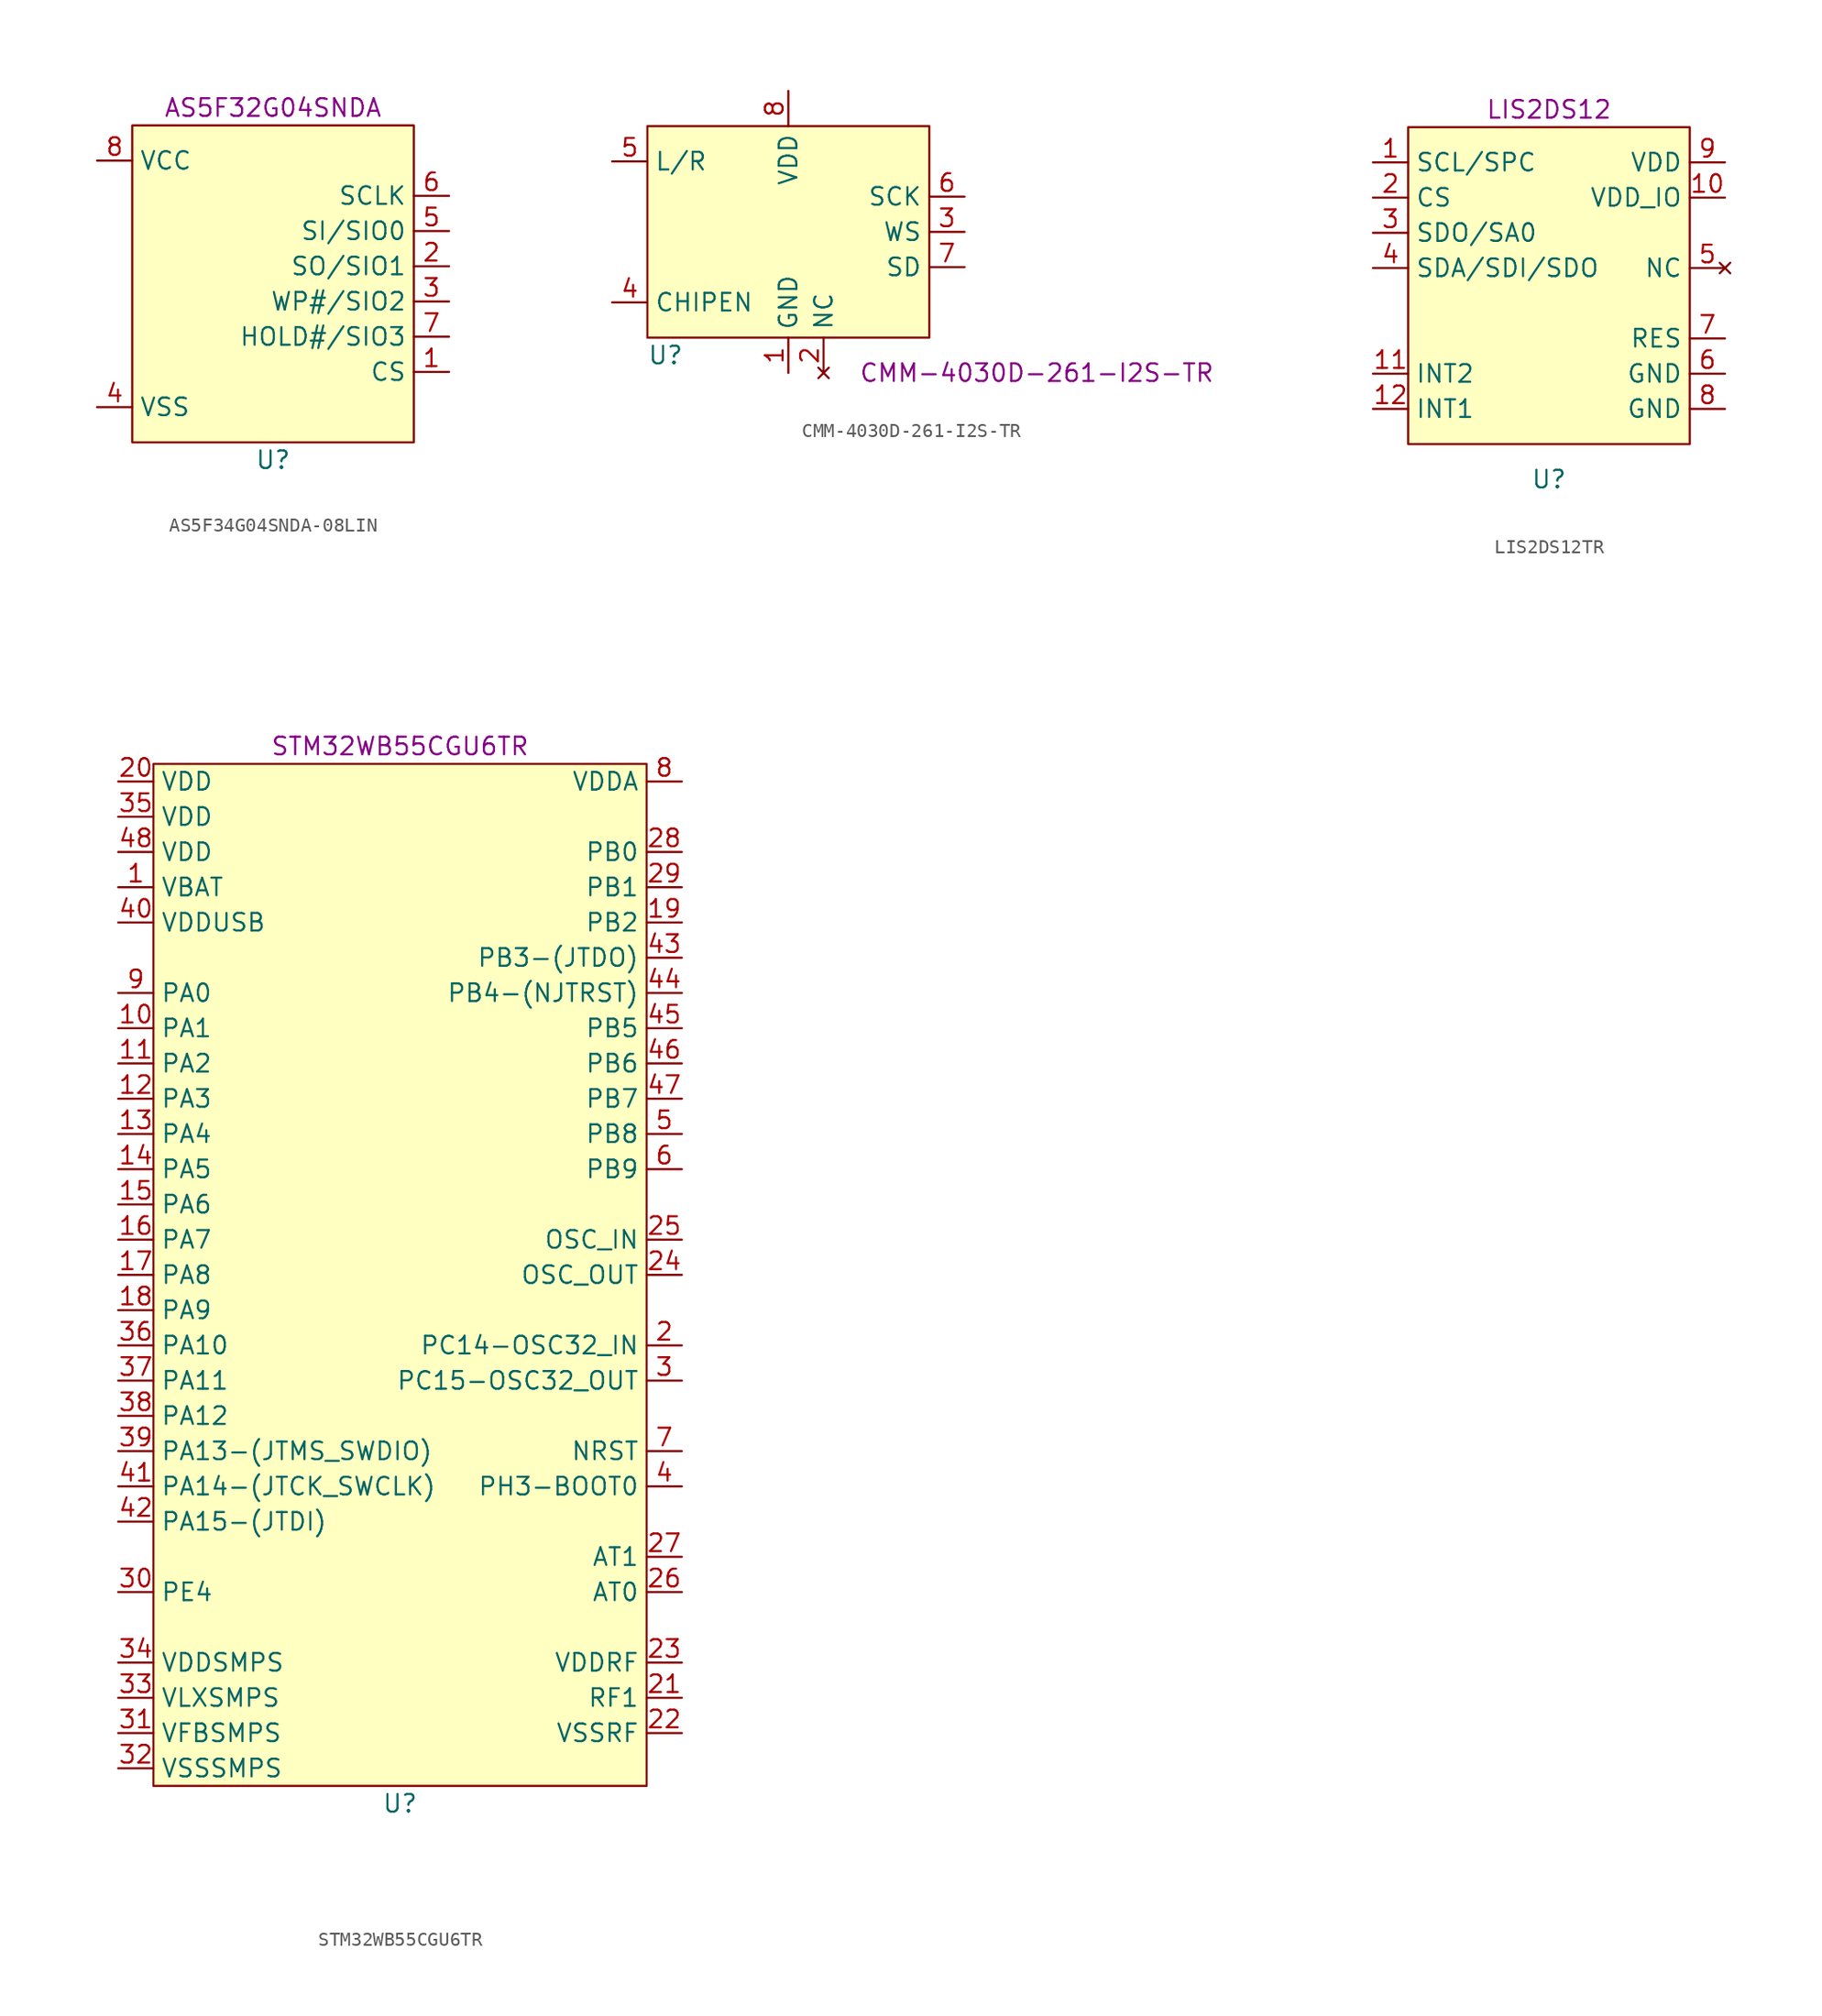
<source format=kicad_sym>
(kicad_symbol_lib
  (version 20220914)
  (generator kicad_symbol_editor)
  (symbol "AS5F34G04SNDA-08LIN"
    (property "Reference" "U"
      (at 0 -13.97 0)
      (effects (font (size 1.27 1.27))))
    (property "Name" "AS5F32G04SNDA"
      (at 0 11.43 0)
      (effects (font (size 1.27 1.27))))
    (symbol "AS5F34G04SNDA-08LIN_0_1"
      (rectangle (start -10.16 10.16) (end 10.16 -12.7) (stroke (width 0) (type default)) (fill (type background))))
    (symbol "AS5F34G04SNDA-08LIN_1_1"
      (pin input line (at 12.7 -7.62 180) (length 2.54) (name "CS" (effects (font (size 1.27 1.27)))) (number "1" (effects (font (size 1.27 1.27)))))
      (pin bidirectional line (at 12.7 0 180) (length 2.54) (name "SO/SIO1" (effects (font (size 1.27 1.27)))) (number "2" (effects (font (size 1.27 1.27)))))
      (pin bidirectional line (at 12.7 -2.54 180) (length 2.54) (name "WP#/SIO2" (effects (font (size 1.27 1.27)))) (number "3" (effects (font (size 1.27 1.27)))))
      (pin power_in line (at -12.7 -10.16 0) (length 2.54) (name "VSS" (effects (font (size 1.27 1.27)))) (number "4" (effects (font (size 1.27 1.27)))))
      (pin bidirectional line (at 12.7 2.54 180) (length 2.54) (name "SI/SIO0" (effects (font (size 1.27 1.27)))) (number "5" (effects (font (size 1.27 1.27)))))
      (pin input line (at 12.7 5.08 180) (length 2.54) (name "SCLK" (effects (font (size 1.27 1.27)))) (number "6" (effects (font (size 1.27 1.27)))))
      (pin bidirectional line (at 12.7 -5.08 180) (length 2.54) (name "HOLD#/SIO3" (effects (font (size 1.27 1.27)))) (number "7" (effects (font (size 1.27 1.27)))))
      (pin power_in line (at -12.7 7.62 0) (length 2.54) (name "VCC" (effects (font (size 1.27 1.27)))) (number "8" (effects (font (size 1.27 1.27)))))))
  (symbol "CMM-4030D-261-I2S-TR"
    (property "Reference" "U"
      (at -10.16 -8.89 0)
      (effects (font (size 1.27 1.27)) (justify left)))
    (property "Name" "CMM-4030D-261-I2S-TR"
      (at 5.08 -10.16 0)
      (effects (font (size 1.27 1.27)) (justify left)))
    (symbol "CMM-4030D-261-I2S-TR_0_1"
      (rectangle (start -10.16 7.62) (end 10.16 -7.62) (stroke (width 0) (type default)) (fill (type background))))
    (symbol "CMM-4030D-261-I2S-TR_1_1"
      (pin power_in line (at 0 -10.16 90) (length 2.54) (name "GND" (effects (font (size 1.27 1.27)))) (number "1" (effects (font (size 1.27 1.27)))))
      (pin no_connect line (at 2.54 -10.16 90) (length 2.54) (name "NC" (effects (font (size 1.27 1.27)))) (number "2" (effects (font (size 1.27 1.27)))))
      (pin input line (at 12.7 0 180) (length 2.54) (name "WS" (effects (font (size 1.27 1.27)))) (number "3" (effects (font (size 1.27 1.27)))))
      (pin input line (at -12.7 -5.08 0) (length 2.54) (name "CHIPEN" (effects (font (size 1.27 1.27)))) (number "4" (effects (font (size 1.27 1.27)))))
      (pin input line (at -12.7 5.08 0) (length 2.54) (name "L/R" (effects (font (size 1.27 1.27)))) (number "5" (effects (font (size 1.27 1.27)))))
      (pin input line (at 12.7 2.54 180) (length 2.54) (name "SCK" (effects (font (size 1.27 1.27)))) (number "6" (effects (font (size 1.27 1.27)))))
      (pin output line (at 12.7 -2.54 180) (length 2.54) (name "SD" (effects (font (size 1.27 1.27)))) (number "7" (effects (font (size 1.27 1.27)))))
      (pin power_in line (at 0 10.16 270) (length 2.54) (name "VDD" (effects (font (size 1.27 1.27)))) (number "8" (effects (font (size 1.27 1.27)))))))
  (symbol "LIS2DS12TR"
    (property "Reference" "U"
      (at 0 -15.24 0)
      (effects (font (size 1.27 1.27))))
    (property "Name" "LIS2DS12"
      (at 0 11.43 0)
      (effects (font (size 1.27 1.27))))
    (symbol "LIS2DS12TR_0_1"
      (rectangle (start -10.16 10.16) (end 10.16 -12.7) (stroke (width 0) (type default)) (fill (type background))))
    (symbol "LIS2DS12TR_1_1"
      (pin input line (at -12.7 7.62 0) (length 2.54) (name "SCL/SPC" (effects (font (size 1.27 1.27)))) (number "1" (effects (font (size 1.27 1.27)))))
      (pin power_in line (at 12.7 5.08 180) (length 2.54) (name "VDD_IO" (effects (font (size 1.27 1.27)))) (number "10" (effects (font (size 1.27 1.27)))))
      (pin input line (at -12.7 -7.62 0) (length 2.54) (name "INT2" (effects (font (size 1.27 1.27)))) (number "11" (effects (font (size 1.27 1.27)))))
      (pin input line (at -12.7 -10.16 0) (length 2.54) (name "INT1" (effects (font (size 1.27 1.27)))) (number "12" (effects (font (size 1.27 1.27)))))
      (pin input line (at -12.7 5.08 0) (length 2.54) (name "CS" (effects (font (size 1.27 1.27)))) (number "2" (effects (font (size 1.27 1.27)))))
      (pin input line (at -12.7 2.54 0) (length 2.54) (name "SDO/SA0" (effects (font (size 1.27 1.27)))) (number "3" (effects (font (size 1.27 1.27)))))
      (pin input line (at -12.7 0 0) (length 2.54) (name "SDA/SDI/SDO" (effects (font (size 1.27 1.27)))) (number "4" (effects (font (size 1.27 1.27)))))
      (pin no_connect line (at 12.7 0 180) (length 2.54) (name "NC" (effects (font (size 1.27 1.27)))) (number "5" (effects (font (size 1.27 1.27)))))
      (pin power_in line (at 12.7 -7.62 180) (length 2.54) (name "GND" (effects (font (size 1.27 1.27)))) (number "6" (effects (font (size 1.27 1.27)))))
      (pin input line (at 12.7 -5.08 180) (length 2.54) (name "RES" (effects (font (size 1.27 1.27)))) (number "7" (effects (font (size 1.27 1.27)))))
      (pin power_in line (at 12.7 -10.16 180) (length 2.54) (name "GND" (effects (font (size 1.27 1.27)))) (number "8" (effects (font (size 1.27 1.27)))))
      (pin power_in line (at 12.7 7.62 180) (length 2.54) (name "VDD" (effects (font (size 1.27 1.27)))) (number "9" (effects (font (size 1.27 1.27)))))))
  (symbol "STM32WB55CGU6TR"
    (property "Reference" "U"
      (at 0 -27.94 0)
      (effects (font (size 1.27 1.27))))
    (property "Name" "STM32WB55CGU6TR"
      (at 0 48.26 0)
      (effects (font (size 1.27 1.27))))
    (symbol "STM32WB55CGU6TR_0_1"
      (rectangle (start -17.78 46.99) (end 17.78 -26.67) (stroke (width 0) (type default)) (fill (type background))))
    (symbol "STM32WB55CGU6TR_1_1"
      (pin power_in line (at -20.32 38.1 0) (length 2.54) (name "VBAT" (effects (font (size 1.27 1.27)))) (number "1" (effects (font (size 1.27 1.27)))))
      (pin bidirectional line (at -20.32 27.94 0) (length 2.54) (name "PA1" (effects (font (size 1.27 1.27)))) (number "10" (effects (font (size 1.27 1.27)))))
      (pin bidirectional line (at -20.32 25.4 0) (length 2.54) (name "PA2" (effects (font (size 1.27 1.27)))) (number "11" (effects (font (size 1.27 1.27)))))
      (pin bidirectional line (at -20.32 22.86 0) (length 2.54) (name "PA3" (effects (font (size 1.27 1.27)))) (number "12" (effects (font (size 1.27 1.27)))))
      (pin bidirectional line (at -20.32 20.32 0) (length 2.54) (name "PA4" (effects (font (size 1.27 1.27)))) (number "13" (effects (font (size 1.27 1.27)))))
      (pin bidirectional line (at -20.32 17.78 0) (length 2.54) (name "PA5" (effects (font (size 1.27 1.27)))) (number "14" (effects (font (size 1.27 1.27)))))
      (pin bidirectional line (at -20.32 15.24 0) (length 2.54) (name "PA6" (effects (font (size 1.27 1.27)))) (number "15" (effects (font (size 1.27 1.27)))))
      (pin bidirectional line (at -20.32 12.7 0) (length 2.54) (name "PA7" (effects (font (size 1.27 1.27)))) (number "16" (effects (font (size 1.27 1.27)))))
      (pin bidirectional line (at -20.32 10.16 0) (length 2.54) (name "PA8" (effects (font (size 1.27 1.27)))) (number "17" (effects (font (size 1.27 1.27)))))
      (pin bidirectional line (at -20.32 7.62 0) (length 2.54) (name "PA9" (effects (font (size 1.27 1.27)))) (number "18" (effects (font (size 1.27 1.27)))))
      (pin bidirectional line (at 20.32 35.56 180) (length 2.54) (name "PB2" (effects (font (size 1.27 1.27)))) (number "19" (effects (font (size 1.27 1.27)))))
      (pin bidirectional line (at 20.32 5.08 180) (length 2.54) (name "PC14-OSC32_IN" (effects (font (size 1.27 1.27)))) (number "2" (effects (font (size 1.27 1.27)))))
      (pin power_in line (at -20.32 45.72 0) (length 2.54) (name "VDD" (effects (font (size 1.27 1.27)))) (number "20" (effects (font (size 1.27 1.27)))))
      (pin bidirectional line (at 20.32 -20.32 180) (length 2.54) (name "RF1" (effects (font (size 1.27 1.27)))) (number "21" (effects (font (size 1.27 1.27)))))
      (pin power_in line (at 20.32 -22.86 180) (length 2.54) (name "VSSRF" (effects (font (size 1.27 1.27)))) (number "22" (effects (font (size 1.27 1.27)))))
      (pin power_in line (at 20.32 -17.78 180) (length 2.54) (name "VDDRF" (effects (font (size 1.27 1.27)))) (number "23" (effects (font (size 1.27 1.27)))))
      (pin output line (at 20.32 10.16 180) (length 2.54) (name "OSC_OUT" (effects (font (size 1.27 1.27)))) (number "24" (effects (font (size 1.27 1.27)))))
      (pin input line (at 20.32 12.7 180) (length 2.54) (name "OSC_IN" (effects (font (size 1.27 1.27)))) (number "25" (effects (font (size 1.27 1.27)))))
      (pin output line (at 20.32 -12.7 180) (length 2.54) (name "AT0" (effects (font (size 1.27 1.27)))) (number "26" (effects (font (size 1.27 1.27)))))
      (pin output line (at 20.32 -10.16 180) (length 2.54) (name "AT1" (effects (font (size 1.27 1.27)))) (number "27" (effects (font (size 1.27 1.27)))))
      (pin bidirectional line (at 20.32 40.64 180) (length 2.54) (name "PB0" (effects (font (size 1.27 1.27)))) (number "28" (effects (font (size 1.27 1.27)))))
      (pin bidirectional line (at 20.32 38.1 180) (length 2.54) (name "PB1" (effects (font (size 1.27 1.27)))) (number "29" (effects (font (size 1.27 1.27)))))
      (pin bidirectional line (at 20.32 2.54 180) (length 2.54) (name "PC15-OSC32_OUT" (effects (font (size 1.27 1.27)))) (number "3" (effects (font (size 1.27 1.27)))))
      (pin bidirectional line (at -20.32 -12.7 0) (length 2.54) (name "PE4" (effects (font (size 1.27 1.27)))) (number "30" (effects (font (size 1.27 1.27)))))
      (pin power_in line (at -20.32 -22.86 0) (length 2.54) (name "VFBSMPS" (effects (font (size 1.27 1.27)))) (number "31" (effects (font (size 1.27 1.27)))))
      (pin power_in line (at -20.32 -25.4 0) (length 2.54) (name "VSSSMPS" (effects (font (size 1.27 1.27)))) (number "32" (effects (font (size 1.27 1.27)))))
      (pin power_in line (at -20.32 -20.32 0) (length 2.54) (name "VLXSMPS" (effects (font (size 1.27 1.27)))) (number "33" (effects (font (size 1.27 1.27)))))
      (pin power_in line (at -20.32 -17.78 0) (length 2.54) (name "VDDSMPS" (effects (font (size 1.27 1.27)))) (number "34" (effects (font (size 1.27 1.27)))))
      (pin power_in line (at -20.32 43.18 0) (length 2.54) (name "VDD" (effects (font (size 1.27 1.27)))) (number "35" (effects (font (size 1.27 1.27)))))
      (pin bidirectional line (at -20.32 5.08 0) (length 2.54) (name "PA10" (effects (font (size 1.27 1.27)))) (number "36" (effects (font (size 1.27 1.27)))))
      (pin bidirectional line (at -20.32 2.54 0) (length 2.54) (name "PA11" (effects (font (size 1.27 1.27)))) (number "37" (effects (font (size 1.27 1.27)))))
      (pin bidirectional line (at -20.32 0 0) (length 2.54) (name "PA12" (effects (font (size 1.27 1.27)))) (number "38" (effects (font (size 1.27 1.27)))))
      (pin bidirectional line (at -20.32 -2.54 0) (length 2.54) (name "PA13-(JTMS_SWDIO)" (effects (font (size 1.27 1.27)))) (number "39" (effects (font (size 1.27 1.27)))))
      (pin bidirectional line (at 20.32 -5.08 180) (length 2.54) (name "PH3-BOOT0" (effects (font (size 1.27 1.27)))) (number "4" (effects (font (size 1.27 1.27)))))
      (pin bidirectional line (at -20.32 35.56 0) (length 2.54) (name "VDDUSB" (effects (font (size 1.27 1.27)))) (number "40" (effects (font (size 1.27 1.27)))))
      (pin bidirectional line (at -20.32 -5.08 0) (length 2.54) (name "PA14-(JTCK_SWCLK)" (effects (font (size 1.27 1.27)))) (number "41" (effects (font (size 1.27 1.27)))))
      (pin bidirectional line (at -20.32 -7.62 0) (length 2.54) (name "PA15-(JTDI)" (effects (font (size 1.27 1.27)))) (number "42" (effects (font (size 1.27 1.27)))))
      (pin bidirectional line (at 20.32 33.02 180) (length 2.54) (name "PB3-(JTDO)" (effects (font (size 1.27 1.27)))) (number "43" (effects (font (size 1.27 1.27)))))
      (pin bidirectional line (at 20.32 30.48 180) (length 2.54) (name "PB4-(NJTRST)" (effects (font (size 1.27 1.27)))) (number "44" (effects (font (size 1.27 1.27)))))
      (pin bidirectional line (at 20.32 27.94 180) (length 2.54) (name "PB5" (effects (font (size 1.27 1.27)))) (number "45" (effects (font (size 1.27 1.27)))))
      (pin bidirectional line (at 20.32 25.4 180) (length 2.54) (name "PB6" (effects (font (size 1.27 1.27)))) (number "46" (effects (font (size 1.27 1.27)))))
      (pin bidirectional line (at 20.32 22.86 180) (length 2.54) (name "PB7" (effects (font (size 1.27 1.27)))) (number "47" (effects (font (size 1.27 1.27)))))
      (pin power_in line (at -20.32 40.64 0) (length 2.54) (name "VDD" (effects (font (size 1.27 1.27)))) (number "48" (effects (font (size 1.27 1.27)))))
      (pin bidirectional line (at 20.32 20.32 180) (length 2.54) (name "PB8" (effects (font (size 1.27 1.27)))) (number "5" (effects (font (size 1.27 1.27)))))
      (pin bidirectional line (at 20.32 17.78 180) (length 2.54) (name "PB9" (effects (font (size 1.27 1.27)))) (number "6" (effects (font (size 1.27 1.27)))))
      (pin bidirectional line (at 20.32 -2.54 180) (length 2.54) (name "NRST" (effects (font (size 1.27 1.27)))) (number "7" (effects (font (size 1.27 1.27)))))
      (pin power_in line (at 20.32 45.72 180) (length 2.54) (name "VDDA" (effects (font (size 1.27 1.27)))) (number "8" (effects (font (size 1.27 1.27)))))
      (pin bidirectional line (at -20.32 30.48 0) (length 2.54) (name "PA0" (effects (font (size 1.27 1.27)))) (number "9" (effects (font (size 1.27 1.27))))))))
</source>
